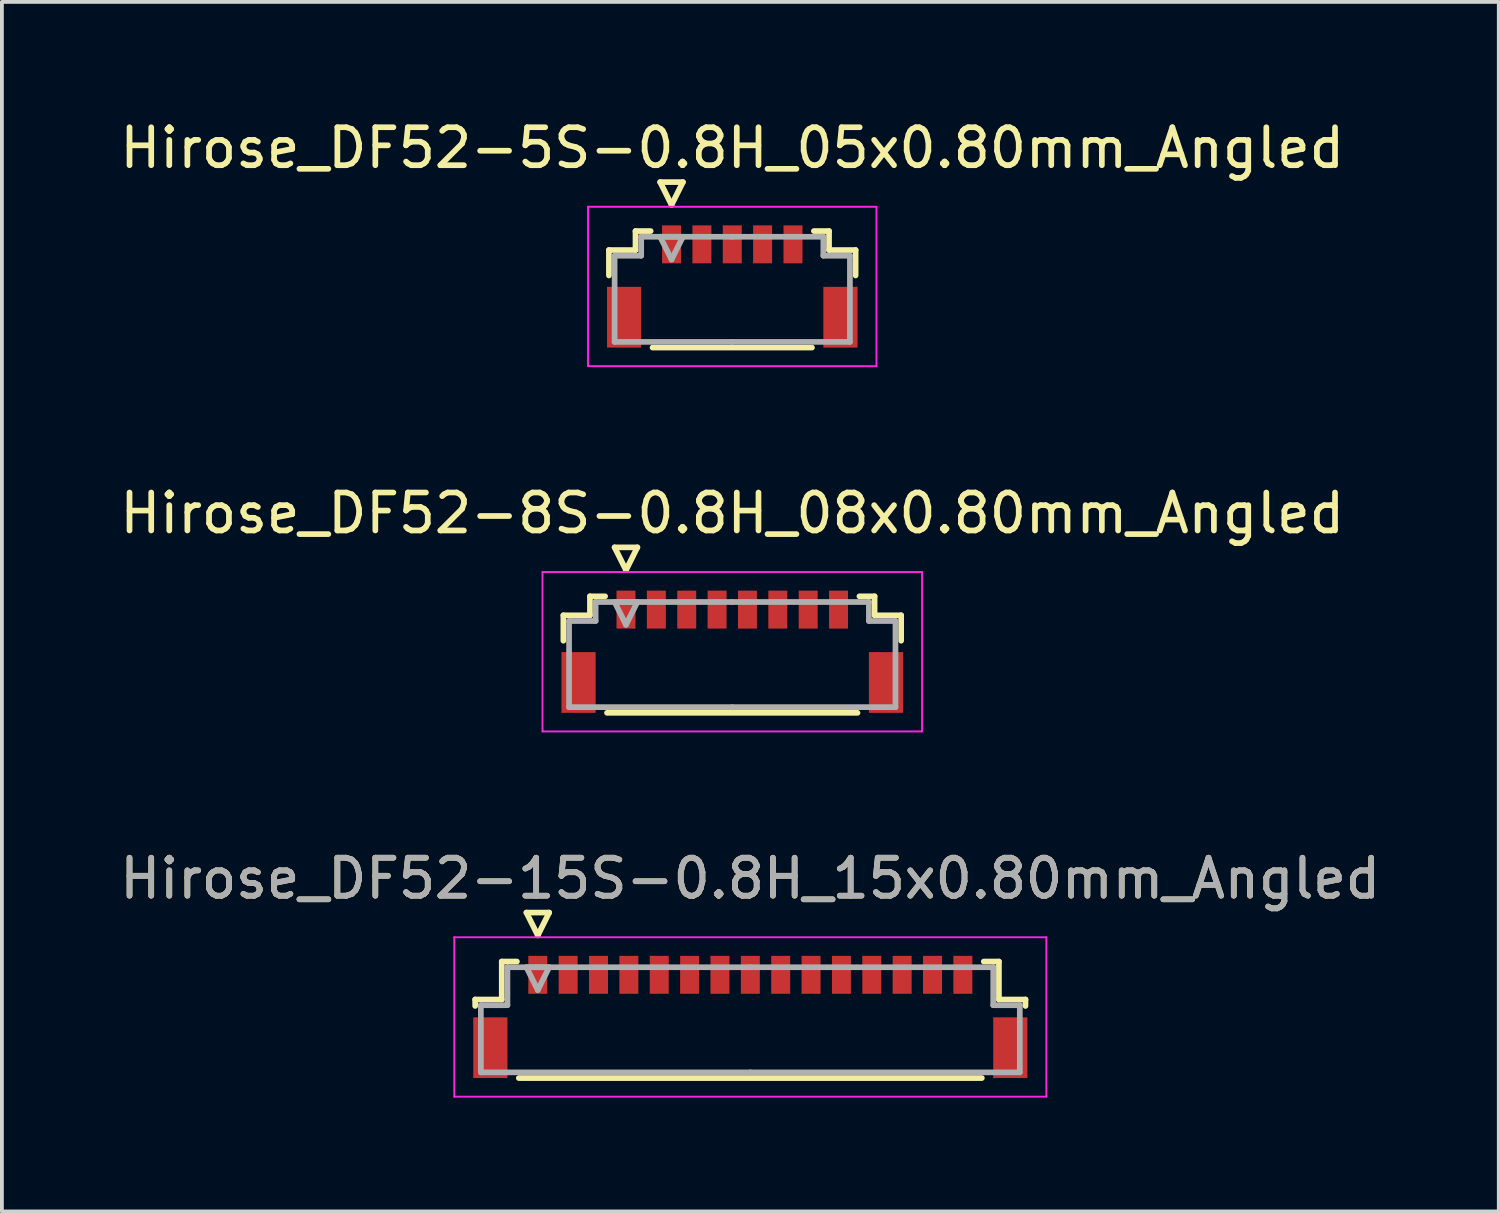
<source format=kicad_pcb>
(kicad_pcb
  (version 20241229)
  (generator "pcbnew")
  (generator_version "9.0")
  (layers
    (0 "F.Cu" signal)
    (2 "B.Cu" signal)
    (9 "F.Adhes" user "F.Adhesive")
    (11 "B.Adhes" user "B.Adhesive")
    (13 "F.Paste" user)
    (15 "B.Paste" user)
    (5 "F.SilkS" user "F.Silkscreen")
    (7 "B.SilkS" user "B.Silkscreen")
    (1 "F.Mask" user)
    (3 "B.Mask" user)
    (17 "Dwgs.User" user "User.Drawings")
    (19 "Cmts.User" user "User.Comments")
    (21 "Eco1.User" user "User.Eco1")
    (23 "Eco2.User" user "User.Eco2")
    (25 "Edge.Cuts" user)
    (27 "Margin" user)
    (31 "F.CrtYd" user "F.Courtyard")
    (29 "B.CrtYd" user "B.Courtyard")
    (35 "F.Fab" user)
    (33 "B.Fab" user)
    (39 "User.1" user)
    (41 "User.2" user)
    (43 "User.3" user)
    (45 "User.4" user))
  (footprint "Hirose_DF52-8S-0.8H_08x0.80mm_Angled"
    (layer "F.Cu")
    (at 16.244 13.972)
    (property "Reference" "Hirose_DF52-8S-0.8H_08x0.80mm_Angled" (at 0 -3.5 0) (layer "F.SilkS") (effects (font (size 1 1) (thickness 0.15))))
    (attr smd)
    (fp_line (start -4.45 -0.81) (end -4.45 -0.14) (stroke (width 0.15) (type solid)) (layer "F.SilkS"))
    (fp_line (start -3.75 -1.31) (end -3.75 -0.81) (stroke (width 0.15) (type solid)) (layer "F.SilkS"))
    (fp_line (start -3.75 -0.81) (end -4.45 -0.81) (stroke (width 0.15) (type solid)) (layer "F.SilkS"))
    (fp_line (start -3.35 -1.31) (end -3.75 -1.31) (stroke (width 0.15) (type solid)) (layer "F.SilkS"))
    (fp_line (start -3.3 1.76) (end 3.3 1.76) (stroke (width 0.15) (type solid)) (layer "F.SilkS"))
    (fp_line (start -3.1 -2.6) (end -2.5 -2.6) (stroke (width 0.15) (type solid)) (layer "F.SilkS"))
    (fp_line (start -2.8 -2) (end -3.1 -2.6) (stroke (width 0.15) (type solid)) (layer "F.SilkS"))
    (fp_line (start -2.5 -2.6) (end -2.8 -2) (stroke (width 0.15) (type solid)) (layer "F.SilkS"))
    (fp_line (start 3.35 -1.31) (end 3.75 -1.31) (stroke (width 0.15) (type solid)) (layer "F.SilkS"))
    (fp_line (start 3.75 -1.31) (end 3.75 -0.81) (stroke (width 0.15) (type solid)) (layer "F.SilkS"))
    (fp_line (start 3.75 -0.81) (end 4.45 -0.81) (stroke (width 0.15) (type solid)) (layer "F.SilkS"))
    (fp_line (start 4.45 -0.81) (end 4.45 -0.14) (stroke (width 0.15) (type solid)) (layer "F.SilkS"))
    (fp_line (start -5 -1.95) (end -5 2.25) (stroke (width 0.05) (type solid)) (layer "F.CrtYd"))
    (fp_line (start -5 2.25) (end 5 2.25) (stroke (width 0.05) (type solid)) (layer "F.CrtYd"))
    (fp_line (start 5 -1.95) (end -5 -1.95) (stroke (width 0.05) (type solid)) (layer "F.CrtYd"))
    (fp_line (start 5 2.25) (end 5 -1.95) (stroke (width 0.05) (type solid)) (layer "F.CrtYd"))
    (fp_line (start -4.3 -0.66) (end -4.3 1.61) (stroke (width 0.15) (type solid)) (layer "F.Fab"))
    (fp_line (start -4.3 1.61) (end 0 1.61) (stroke (width 0.15) (type solid)) (layer "F.Fab"))
    (fp_line (start -3.6 -1.16) (end -3.6 -1.16) (stroke (width 0.15) (type solid)) (layer "F.Fab"))
    (fp_line (start -3.6 -1.16) (end -3.6 -0.66) (stroke (width 0.15) (type solid)) (layer "F.Fab"))
    (fp_line (start -3.6 -0.66) (end -4.3 -0.66) (stroke (width 0.15) (type solid)) (layer "F.Fab"))
    (fp_line (start -3.1 -1.16) (end -2.5 -1.16) (stroke (width 0.15) (type solid)) (layer "F.Fab"))
    (fp_line (start -2.8 -0.56) (end -3.1 -1.16) (stroke (width 0.15) (type solid)) (layer "F.Fab"))
    (fp_line (start -2.5 -1.16) (end -2.8 -0.56) (stroke (width 0.15) (type solid)) (layer "F.Fab"))
    (fp_line (start 0 -1.16) (end -3.6 -1.16) (stroke (width 0.15) (type solid)) (layer "F.Fab"))
    (fp_line (start 0 -1.16) (end 3.6 -1.16) (stroke (width 0.15) (type solid)) (layer "F.Fab"))
    (fp_line (start 3.6 -1.16) (end 3.6 -1.16) (stroke (width 0.15) (type solid)) (layer "F.Fab"))
    (fp_line (start 3.6 -1.16) (end 3.6 -0.66) (stroke (width 0.15) (type solid)) (layer "F.Fab"))
    (fp_line (start 3.6 -0.66) (end 4.3 -0.66) (stroke (width 0.15) (type solid)) (layer "F.Fab"))
    (fp_line (start 4.3 -0.66) (end 4.3 1.61) (stroke (width 0.15) (type solid)) (layer "F.Fab"))
    (fp_line (start 4.3 1.61) (end 0 1.61) (stroke (width 0.15) (type solid)) (layer "F.Fab"))
    (pad "" smd rect (at -4.05 0.96) (size 0.9 1.6) (layers "F.Cu" "F.Mask" "F.Paste"))
    (pad "" smd rect (at 4.05 0.96) (size 0.9 1.6) (layers "F.Cu" "F.Mask" "F.Paste"))
    (pad "1" smd rect (at -2.8 -0.96) (size 0.5 1) (layers "F.Cu" "F.Mask" "F.Paste"))
    (pad "2" smd rect (at -2 -0.96) (size 0.5 1) (layers "F.Cu" "F.Mask" "F.Paste"))
    (pad "3" smd rect (at -1.2 -0.96) (size 0.5 1) (layers "F.Cu" "F.Mask" "F.Paste"))
    (pad "4" smd rect (at -0.4 -0.96) (size 0.5 1) (layers "F.Cu" "F.Mask" "F.Paste"))
    (pad "5" smd rect (at 0.4 -0.96) (size 0.5 1) (layers "F.Cu" "F.Mask" "F.Paste"))
    (pad "6" smd rect (at 1.2 -0.96) (size 0.5 1) (layers "F.Cu" "F.Mask" "F.Paste"))
    (pad "7" smd rect (at 2 -0.96) (size 0.5 1) (layers "F.Cu" "F.Mask" "F.Paste"))
    (pad "8" smd rect (at 2.8 -0.96) (size 0.5 1) (layers "F.Cu" "F.Mask" "F.Paste")))
  (footprint "Hirose_DF52-15S-0.8H_15x0.80mm_Angled"
    (layer "F.Cu")
    (at 16.72 23.595)
    (property "Reference" "Hirose_DF52-15S-0.8H_15x0.80mm_Angled" (at 0 -3.5 0) (layer "F.SilkS") (effects (font (size 1 1) (thickness 0.15))))
    (attr smd)
    (fp_line (start -7.25 -0.31) (end -7.25 -0.14) (stroke (width 0.15) (type solid)) (layer "F.SilkS"))
    (fp_line (start -6.55 -1.31) (end -6.55 -0.31) (stroke (width 0.15) (type solid)) (layer "F.SilkS"))
    (fp_line (start -6.55 -0.31) (end -7.25 -0.31) (stroke (width 0.15) (type solid)) (layer "F.SilkS"))
    (fp_line (start -6.15 -1.31) (end -6.55 -1.31) (stroke (width 0.15) (type solid)) (layer "F.SilkS"))
    (fp_line (start -6.1 1.76) (end 6.1 1.76) (stroke (width 0.15) (type solid)) (layer "F.SilkS"))
    (fp_line (start -5.9 -2.6) (end -5.3 -2.6) (stroke (width 0.15) (type solid)) (layer "F.SilkS"))
    (fp_line (start -5.6 -2) (end -5.9 -2.6) (stroke (width 0.15) (type solid)) (layer "F.SilkS"))
    (fp_line (start -5.3 -2.6) (end -5.6 -2) (stroke (width 0.15) (type solid)) (layer "F.SilkS"))
    (fp_line (start 6.15 -1.31) (end 6.55 -1.31) (stroke (width 0.15) (type solid)) (layer "F.SilkS"))
    (fp_line (start 6.55 -1.31) (end 6.55 -0.31) (stroke (width 0.15) (type solid)) (layer "F.SilkS"))
    (fp_line (start 6.55 -0.31) (end 7.25 -0.31) (stroke (width 0.15) (type solid)) (layer "F.SilkS"))
    (fp_line (start 7.25 -0.31) (end 7.25 -0.14) (stroke (width 0.15) (type solid)) (layer "F.SilkS"))
    (fp_line (start -7.8 -1.95) (end -7.8 2.25) (stroke (width 0.05) (type solid)) (layer "F.CrtYd"))
    (fp_line (start -7.8 2.25) (end 7.8 2.25) (stroke (width 0.05) (type solid)) (layer "F.CrtYd"))
    (fp_line (start 7.8 -1.95) (end -7.8 -1.95) (stroke (width 0.05) (type solid)) (layer "F.CrtYd"))
    (fp_line (start 7.8 2.25) (end 7.8 -1.95) (stroke (width 0.05) (type solid)) (layer "F.CrtYd"))
    (fp_line (start -7.1 -0.16) (end -7.1 1.61) (stroke (width 0.15) (type solid)) (layer "F.Fab"))
    (fp_line (start -7.1 1.61) (end 0 1.61) (stroke (width 0.15) (type solid)) (layer "F.Fab"))
    (fp_line (start -6.4 -1.16) (end -6.4 -1.16) (stroke (width 0.15) (type solid)) (layer "F.Fab"))
    (fp_line (start -6.4 -1.16) (end -6.4 -0.16) (stroke (width 0.15) (type solid)) (layer "F.Fab"))
    (fp_line (start -6.4 -0.16) (end -7.1 -0.16) (stroke (width 0.15) (type solid)) (layer "F.Fab"))
    (fp_line (start -5.9 -1.16) (end -5.3 -1.16) (stroke (width 0.15) (type solid)) (layer "F.Fab"))
    (fp_line (start -5.6 -0.56) (end -5.9 -1.16) (stroke (width 0.15) (type solid)) (layer "F.Fab"))
    (fp_line (start -5.3 -1.16) (end -5.6 -0.56) (stroke (width 0.15) (type solid)) (layer "F.Fab"))
    (fp_line (start 0 -1.16) (end -6.4 -1.16) (stroke (width 0.15) (type solid)) (layer "F.Fab"))
    (fp_line (start 0 -1.16) (end 6.4 -1.16) (stroke (width 0.15) (type solid)) (layer "F.Fab"))
    (fp_line (start 6.4 -1.16) (end 6.4 -1.16) (stroke (width 0.15) (type solid)) (layer "F.Fab"))
    (fp_line (start 6.4 -1.16) (end 6.4 -0.16) (stroke (width 0.15) (type solid)) (layer "F.Fab"))
    (fp_line (start 6.4 -0.16) (end 7.1 -0.16) (stroke (width 0.15) (type solid)) (layer "F.Fab"))
    (fp_line (start 7.1 -0.16) (end 7.1 1.61) (stroke (width 0.15) (type solid)) (layer "F.Fab"))
    (fp_line (start 7.1 1.61) (end 0 1.61) (stroke (width 0.15) (type solid)) (layer "F.Fab"))
    (fp_text user "${REFERENCE}" (at 0 -3.5 0) (layer "F.Fab") (effects (font (size 1 1) (thickness 0.15))))
    (pad "" smd rect (at -6.85 0.96) (size 0.9 1.6) (layers "F.Cu" "F.Mask" "F.Paste"))
    (pad "" smd rect (at 6.85 0.96) (size 0.9 1.6) (layers "F.Cu" "F.Mask" "F.Paste"))
    (pad "1" smd rect (at -5.6 -0.96) (size 0.5 1) (layers "F.Cu" "F.Mask" "F.Paste"))
    (pad "2" smd rect (at -4.8 -0.96) (size 0.5 1) (layers "F.Cu" "F.Mask" "F.Paste"))
    (pad "3" smd rect (at -4 -0.96) (size 0.5 1) (layers "F.Cu" "F.Mask" "F.Paste"))
    (pad "4" smd rect (at -3.2 -0.96) (size 0.5 1) (layers "F.Cu" "F.Mask" "F.Paste"))
    (pad "5" smd rect (at -2.4 -0.96) (size 0.5 1) (layers "F.Cu" "F.Mask" "F.Paste"))
    (pad "6" smd rect (at -1.6 -0.96) (size 0.5 1) (layers "F.Cu" "F.Mask" "F.Paste"))
    (pad "7" smd rect (at -0.8 -0.96) (size 0.5 1) (layers "F.Cu" "F.Mask" "F.Paste"))
    (pad "8" smd rect (at 0 -0.96) (size 0.5 1) (layers "F.Cu" "F.Mask" "F.Paste"))
    (pad "9" smd rect (at 0.8 -0.96) (size 0.5 1) (layers "F.Cu" "F.Mask" "F.Paste"))
    (pad "10" smd rect (at 1.6 -0.96) (size 0.5 1) (layers "F.Cu" "F.Mask" "F.Paste"))
    (pad "11" smd rect (at 2.4 -0.96) (size 0.5 1) (layers "F.Cu" "F.Mask" "F.Paste"))
    (pad "12" smd rect (at 3.2 -0.96) (size 0.5 1) (layers "F.Cu" "F.Mask" "F.Paste"))
    (pad "13" smd rect (at 4 -0.96) (size 0.5 1) (layers "F.Cu" "F.Mask" "F.Paste"))
    (pad "14" smd rect (at 4.8 -0.96) (size 0.5 1) (layers "F.Cu" "F.Mask" "F.Paste"))
    (pad "15" smd rect (at 5.6 -0.96) (size 0.5 1) (layers "F.Cu" "F.Mask" "F.Paste")))
  (footprint "Hirose_DF52-5S-0.8H_05x0.80mm_Angled"
    (layer "F.Cu")
    (at 16.244 4.348)
    (property "Reference" "Hirose_DF52-5S-0.8H_05x0.80mm_Angled" (at 0 -3.5 0) (layer "F.SilkS") (effects (font (size 1 1) (thickness 0.15))))
    (attr smd)
    (fp_line (start -3.25 -0.81) (end -3.25 -0.14) (stroke (width 0.15) (type solid)) (layer "F.SilkS"))
    (fp_line (start -2.55 -1.31) (end -2.55 -0.81) (stroke (width 0.15) (type solid)) (layer "F.SilkS"))
    (fp_line (start -2.55 -0.81) (end -3.25 -0.81) (stroke (width 0.15) (type solid)) (layer "F.SilkS"))
    (fp_line (start -2.15 -1.31) (end -2.55 -1.31) (stroke (width 0.15) (type solid)) (layer "F.SilkS"))
    (fp_line (start -2.1 1.76) (end 2.1 1.76) (stroke (width 0.15) (type solid)) (layer "F.SilkS"))
    (fp_line (start -1.9 -2.6) (end -1.3 -2.6) (stroke (width 0.15) (type solid)) (layer "F.SilkS"))
    (fp_line (start -1.6 -2) (end -1.9 -2.6) (stroke (width 0.15) (type solid)) (layer "F.SilkS"))
    (fp_line (start -1.3 -2.6) (end -1.6 -2) (stroke (width 0.15) (type solid)) (layer "F.SilkS"))
    (fp_line (start 2.15 -1.31) (end 2.55 -1.31) (stroke (width 0.15) (type solid)) (layer "F.SilkS"))
    (fp_line (start 2.55 -1.31) (end 2.55 -0.81) (stroke (width 0.15) (type solid)) (layer "F.SilkS"))
    (fp_line (start 2.55 -0.81) (end 3.25 -0.81) (stroke (width 0.15) (type solid)) (layer "F.SilkS"))
    (fp_line (start 3.25 -0.81) (end 3.25 -0.14) (stroke (width 0.15) (type solid)) (layer "F.SilkS"))
    (fp_line (start -3.8 -1.95) (end -3.8 2.25) (stroke (width 0.05) (type solid)) (layer "F.CrtYd"))
    (fp_line (start -3.8 2.25) (end 3.8 2.25) (stroke (width 0.05) (type solid)) (layer "F.CrtYd"))
    (fp_line (start 3.8 -1.95) (end -3.8 -1.95) (stroke (width 0.05) (type solid)) (layer "F.CrtYd"))
    (fp_line (start 3.8 2.25) (end 3.8 -1.95) (stroke (width 0.05) (type solid)) (layer "F.CrtYd"))
    (fp_line (start -3.1 -0.66) (end -3.1 1.61) (stroke (width 0.15) (type solid)) (layer "F.Fab"))
    (fp_line (start -3.1 1.61) (end 0 1.61) (stroke (width 0.15) (type solid)) (layer "F.Fab"))
    (fp_line (start -2.4 -1.16) (end -2.4 -1.16) (stroke (width 0.15) (type solid)) (layer "F.Fab"))
    (fp_line (start -2.4 -1.16) (end -2.4 -0.66) (stroke (width 0.15) (type solid)) (layer "F.Fab"))
    (fp_line (start -2.4 -0.66) (end -3.1 -0.66) (stroke (width 0.15) (type solid)) (layer "F.Fab"))
    (fp_line (start -1.9 -1.16) (end -1.3 -1.16) (stroke (width 0.15) (type solid)) (layer "F.Fab"))
    (fp_line (start -1.6 -0.56) (end -1.9 -1.16) (stroke (width 0.15) (type solid)) (layer "F.Fab"))
    (fp_line (start -1.3 -1.16) (end -1.6 -0.56) (stroke (width 0.15) (type solid)) (layer "F.Fab"))
    (fp_line (start 0 -1.16) (end -2.4 -1.16) (stroke (width 0.15) (type solid)) (layer "F.Fab"))
    (fp_line (start 0 -1.16) (end 2.4 -1.16) (stroke (width 0.15) (type solid)) (layer "F.Fab"))
    (fp_line (start 2.4 -1.16) (end 2.4 -1.16) (stroke (width 0.15) (type solid)) (layer "F.Fab"))
    (fp_line (start 2.4 -1.16) (end 2.4 -0.66) (stroke (width 0.15) (type solid)) (layer "F.Fab"))
    (fp_line (start 2.4 -0.66) (end 3.1 -0.66) (stroke (width 0.15) (type solid)) (layer "F.Fab"))
    (fp_line (start 3.1 -0.66) (end 3.1 1.61) (stroke (width 0.15) (type solid)) (layer "F.Fab"))
    (fp_line (start 3.1 1.61) (end 0 1.61) (stroke (width 0.15) (type solid)) (layer "F.Fab"))
    (pad "" smd rect (at -2.85 0.96) (size 0.9 1.6) (layers "F.Cu" "F.Mask" "F.Paste"))
    (pad "" smd rect (at 2.85 0.96) (size 0.9 1.6) (layers "F.Cu" "F.Mask" "F.Paste"))
    (pad "1" smd rect (at -1.6 -0.96) (size 0.5 1) (layers "F.Cu" "F.Mask" "F.Paste"))
    (pad "2" smd rect (at -0.8 -0.96) (size 0.5 1) (layers "F.Cu" "F.Mask" "F.Paste"))
    (pad "3" smd rect (at 0 -0.96) (size 0.5 1) (layers "F.Cu" "F.Mask" "F.Paste"))
    (pad "4" smd rect (at 0.8 -0.96) (size 0.5 1) (layers "F.Cu" "F.Mask" "F.Paste"))
    (pad "5" smd rect (at 1.6 -0.96) (size 0.5 1) (layers "F.Cu" "F.Mask" "F.Paste")))
  (gr_rect
    (start -3 -3)
    (end 36.44 28.87)
    (stroke (width 0.1) (type default))
    (fill no)
    (layer "Edge.Cuts")))
</source>
